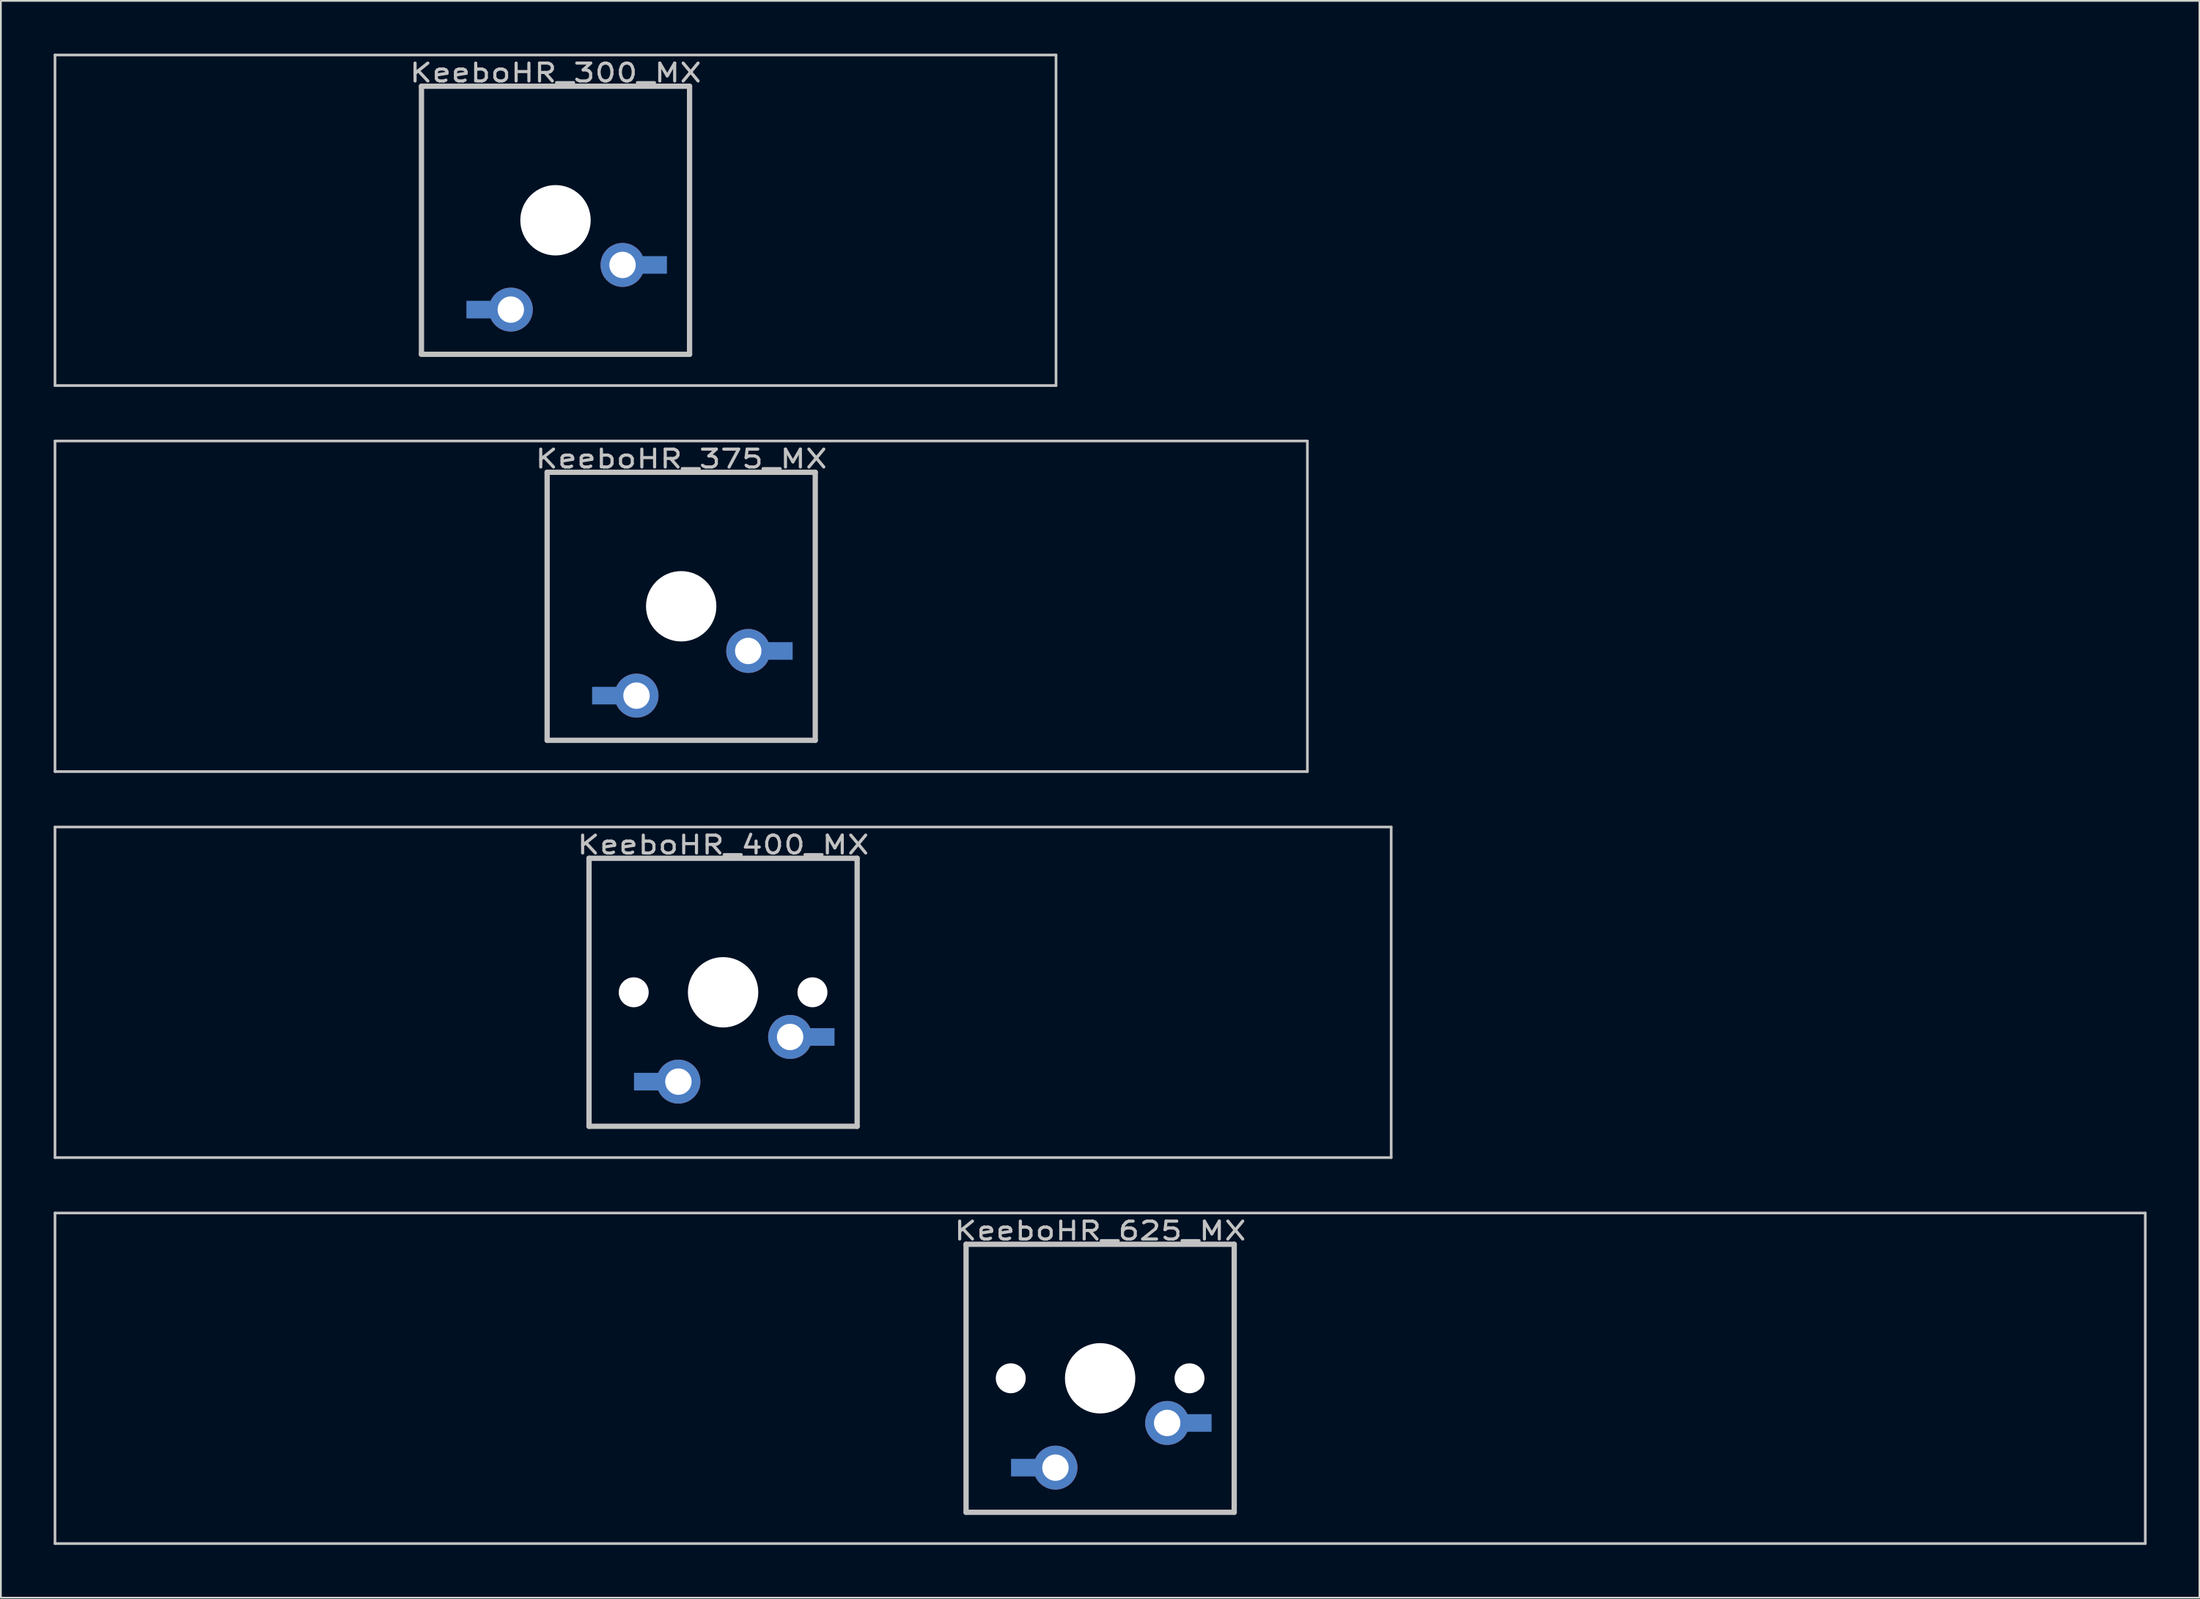
<source format=kicad_pcb>
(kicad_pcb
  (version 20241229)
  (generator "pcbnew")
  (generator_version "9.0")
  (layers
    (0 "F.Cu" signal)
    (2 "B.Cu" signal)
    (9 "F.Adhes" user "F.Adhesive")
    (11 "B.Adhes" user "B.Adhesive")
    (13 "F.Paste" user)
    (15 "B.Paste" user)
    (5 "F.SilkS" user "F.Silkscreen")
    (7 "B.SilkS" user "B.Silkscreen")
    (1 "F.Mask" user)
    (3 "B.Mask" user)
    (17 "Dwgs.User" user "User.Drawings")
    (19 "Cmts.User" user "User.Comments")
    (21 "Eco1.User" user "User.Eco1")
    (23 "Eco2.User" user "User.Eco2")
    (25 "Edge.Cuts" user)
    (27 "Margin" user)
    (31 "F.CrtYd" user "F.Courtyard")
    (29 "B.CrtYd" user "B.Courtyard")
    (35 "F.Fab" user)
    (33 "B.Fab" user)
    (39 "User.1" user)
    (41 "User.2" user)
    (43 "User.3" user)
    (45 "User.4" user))
  (footprint "KeeboHR_400_MX"
    (layer "B.Cu")
    (at 38.049 53.371)
    (property "Reference" "KeeboHR_400_MX" (at 0 -8.382 0) (layer "Dwgs.User") (effects (font (size 1.016 1.27) (thickness 0.178))))
    (attr through_hole)
    (fp_line (start -37.973 -9.398) (end 37.973 -9.398) (stroke (width 0.152) (type solid)) (layer "Dwgs.User"))
    (fp_line (start -37.973 9.398) (end -37.973 -9.398) (stroke (width 0.152) (type solid)) (layer "Dwgs.User"))
    (fp_line (start -7.62 -7.62) (end 7.62 -7.62) (stroke (width 0.3) (type solid)) (layer "Dwgs.User"))
    (fp_line (start -7.62 7.62) (end -7.62 -7.62) (stroke (width 0.3) (type solid)) (layer "Dwgs.User"))
    (fp_line (start 7.62 -7.62) (end 7.62 7.62) (stroke (width 0.3) (type solid)) (layer "Dwgs.User"))
    (fp_line (start 7.62 7.62) (end -7.62 7.62) (stroke (width 0.3) (type solid)) (layer "Dwgs.User"))
    (fp_line (start 37.973 -9.398) (end 37.973 9.398) (stroke (width 0.152) (type solid)) (layer "Dwgs.User"))
    (fp_line (start 37.973 9.398) (end -37.973 9.398) (stroke (width 0.152) (type solid)) (layer "Dwgs.User"))
    (pad "" np_thru_hole circle (at -5.08 0) (size 1.7 1.7) (drill 1.7) (layers "*.Cu" "*.Mask"))
    (pad "" np_thru_hole circle (at 0 0) (size 4 4) (drill 4) (layers "*.Cu" "*.Mask"))
    (pad "" np_thru_hole circle (at 5.08 0) (size 1.7 1.7) (drill 1.7) (layers "*.Cu" "*.Mask"))
    (pad "1" thru_hole circle (at 3.81 2.54) (size 2.5 2.5) (drill 1.5) (layers "*.Cu" "*.Mask"))
    (pad "1" smd rect (at 5.334 2.54) (size 2 1) (layers "B.Cu" "B.Mask"))
    (pad "2" smd rect (at -4.064 5.08) (size 2 1) (layers "B.Cu" "B.Mask"))
    (pad "2" thru_hole circle (at -2.54 5.08) (size 2.5 2.5) (drill 1.5) (layers "*.Cu" "*.Mask")))
  (footprint "KeeboHR_300_MX"
    (layer "B.Cu")
    (at 28.524 9.474)
    (property "Reference" "KeeboHR_300_MX" (at 0 -8.382 0) (layer "Dwgs.User") (effects (font (size 1.016 1.27) (thickness 0.178))))
    (attr through_hole)
    (fp_line (start -28.448 -9.398) (end 28.448 -9.398) (stroke (width 0.152) (type solid)) (layer "Dwgs.User"))
    (fp_line (start -28.448 9.398) (end -28.448 -9.398) (stroke (width 0.152) (type solid)) (layer "Dwgs.User"))
    (fp_line (start -7.62 -7.62) (end 7.62 -7.62) (stroke (width 0.3) (type solid)) (layer "Dwgs.User"))
    (fp_line (start -7.62 7.62) (end -7.62 -7.62) (stroke (width 0.3) (type solid)) (layer "Dwgs.User"))
    (fp_line (start 7.62 -7.62) (end 7.62 7.62) (stroke (width 0.3) (type solid)) (layer "Dwgs.User"))
    (fp_line (start 7.62 7.62) (end -7.62 7.62) (stroke (width 0.3) (type solid)) (layer "Dwgs.User"))
    (fp_line (start 28.448 -9.398) (end 28.448 9.398) (stroke (width 0.152) (type solid)) (layer "Dwgs.User"))
    (fp_line (start 28.448 9.398) (end -28.448 9.398) (stroke (width 0.152) (type solid)) (layer "Dwgs.User"))
    (pad "" np_thru_hole circle (at 0 0) (size 4 4) (drill 4) (layers "*.Cu" "*.Mask"))
    (pad "1" thru_hole circle (at 3.81 2.54) (size 2.5 2.5) (drill 1.5) (layers "*.Cu" "*.Mask"))
    (pad "1" smd rect (at 5.334 2.54) (size 2 1) (layers "B.Cu" "B.Mask"))
    (pad "2" smd rect (at -4.064 5.08) (size 2 1) (layers "B.Cu" "B.Mask"))
    (pad "2" thru_hole circle (at -2.54 5.08) (size 2.5 2.5) (drill 1.5) (layers "*.Cu" "*.Mask")))
  (footprint "KeeboHR_375_MX"
    (layer "B.Cu")
    (at 35.668 31.423)
    (property "Reference" "KeeboHR_375_MX" (at 0 -8.382 0) (layer "Dwgs.User") (effects (font (size 1.016 1.27) (thickness 0.178))))
    (attr through_hole)
    (fp_line (start -35.592 -9.398) (end 35.592 -9.398) (stroke (width 0.152) (type solid)) (layer "Dwgs.User"))
    (fp_line (start -35.592 9.398) (end -35.592 -9.398) (stroke (width 0.152) (type solid)) (layer "Dwgs.User"))
    (fp_line (start -7.62 -7.62) (end 7.62 -7.62) (stroke (width 0.3) (type solid)) (layer "Dwgs.User"))
    (fp_line (start -7.62 7.62) (end -7.62 -7.62) (stroke (width 0.3) (type solid)) (layer "Dwgs.User"))
    (fp_line (start 7.62 -7.62) (end 7.62 7.62) (stroke (width 0.3) (type solid)) (layer "Dwgs.User"))
    (fp_line (start 7.62 7.62) (end -7.62 7.62) (stroke (width 0.3) (type solid)) (layer "Dwgs.User"))
    (fp_line (start 35.592 -9.398) (end 35.592 9.398) (stroke (width 0.152) (type solid)) (layer "Dwgs.User"))
    (fp_line (start 35.592 9.398) (end -35.592 9.398) (stroke (width 0.152) (type solid)) (layer "Dwgs.User"))
    (pad "" np_thru_hole circle (at 0 0) (size 4 4) (drill 4) (layers "*.Cu" "*.Mask"))
    (pad "1" thru_hole circle (at 3.81 2.54) (size 2.5 2.5) (drill 1.5) (layers "*.Cu" "*.Mask"))
    (pad "1" smd rect (at 5.334 2.54) (size 2 1) (layers "B.Cu" "B.Mask"))
    (pad "2" smd rect (at -4.064 5.08) (size 2 1) (layers "B.Cu" "B.Mask"))
    (pad "2" thru_hole circle (at -2.54 5.08) (size 2.5 2.5) (drill 1.5) (layers "*.Cu" "*.Mask")))
  (footprint "KeeboHR_625_MX"
    (layer "B.Cu")
    (at 59.48 75.319)
    (property "Reference" "KeeboHR_625_MX" (at 0 -8.382 0) (layer "Dwgs.User") (effects (font (size 1.016 1.27) (thickness 0.178))))
    (attr through_hole)
    (fp_line (start -59.404 -9.398) (end 59.404 -9.398) (stroke (width 0.152) (type solid)) (layer "Dwgs.User"))
    (fp_line (start -59.404 9.398) (end -59.404 -9.398) (stroke (width 0.152) (type solid)) (layer "Dwgs.User"))
    (fp_line (start -7.62 -7.62) (end 7.62 -7.62) (stroke (width 0.3) (type solid)) (layer "Dwgs.User"))
    (fp_line (start -7.62 7.62) (end -7.62 -7.62) (stroke (width 0.3) (type solid)) (layer "Dwgs.User"))
    (fp_line (start 7.62 -7.62) (end 7.62 7.62) (stroke (width 0.3) (type solid)) (layer "Dwgs.User"))
    (fp_line (start 7.62 7.62) (end -7.62 7.62) (stroke (width 0.3) (type solid)) (layer "Dwgs.User"))
    (fp_line (start 59.404 -9.398) (end 59.404 9.398) (stroke (width 0.152) (type solid)) (layer "Dwgs.User"))
    (fp_line (start 59.404 9.398) (end -59.404 9.398) (stroke (width 0.152) (type solid)) (layer "Dwgs.User"))
    (pad "" np_thru_hole circle (at -5.08 0) (size 1.7 1.7) (drill 1.7) (layers "*.Cu" "*.Mask"))
    (pad "" np_thru_hole circle (at 0 0) (size 4 4) (drill 4) (layers "*.Cu" "*.Mask"))
    (pad "" np_thru_hole circle (at 5.08 0) (size 1.7 1.7) (drill 1.7) (layers "*.Cu" "*.Mask"))
    (pad "1" thru_hole circle (at 3.81 2.54) (size 2.5 2.5) (drill 1.5) (layers "*.Cu" "*.Mask"))
    (pad "1" smd rect (at 5.334 2.54) (size 2 1) (layers "B.Cu" "B.Mask"))
    (pad "2" smd rect (at -4.064 5.08) (size 2 1) (layers "B.Cu" "B.Mask"))
    (pad "2" thru_hole circle (at -2.54 5.08) (size 2.5 2.5) (drill 1.5) (layers "*.Cu" "*.Mask")))
  (gr_rect
    (start -3 -3)
    (end 121.961 87.794)
    (stroke (width 0.1) (type default))
    (fill no)
    (layer "Edge.Cuts")))
</source>
